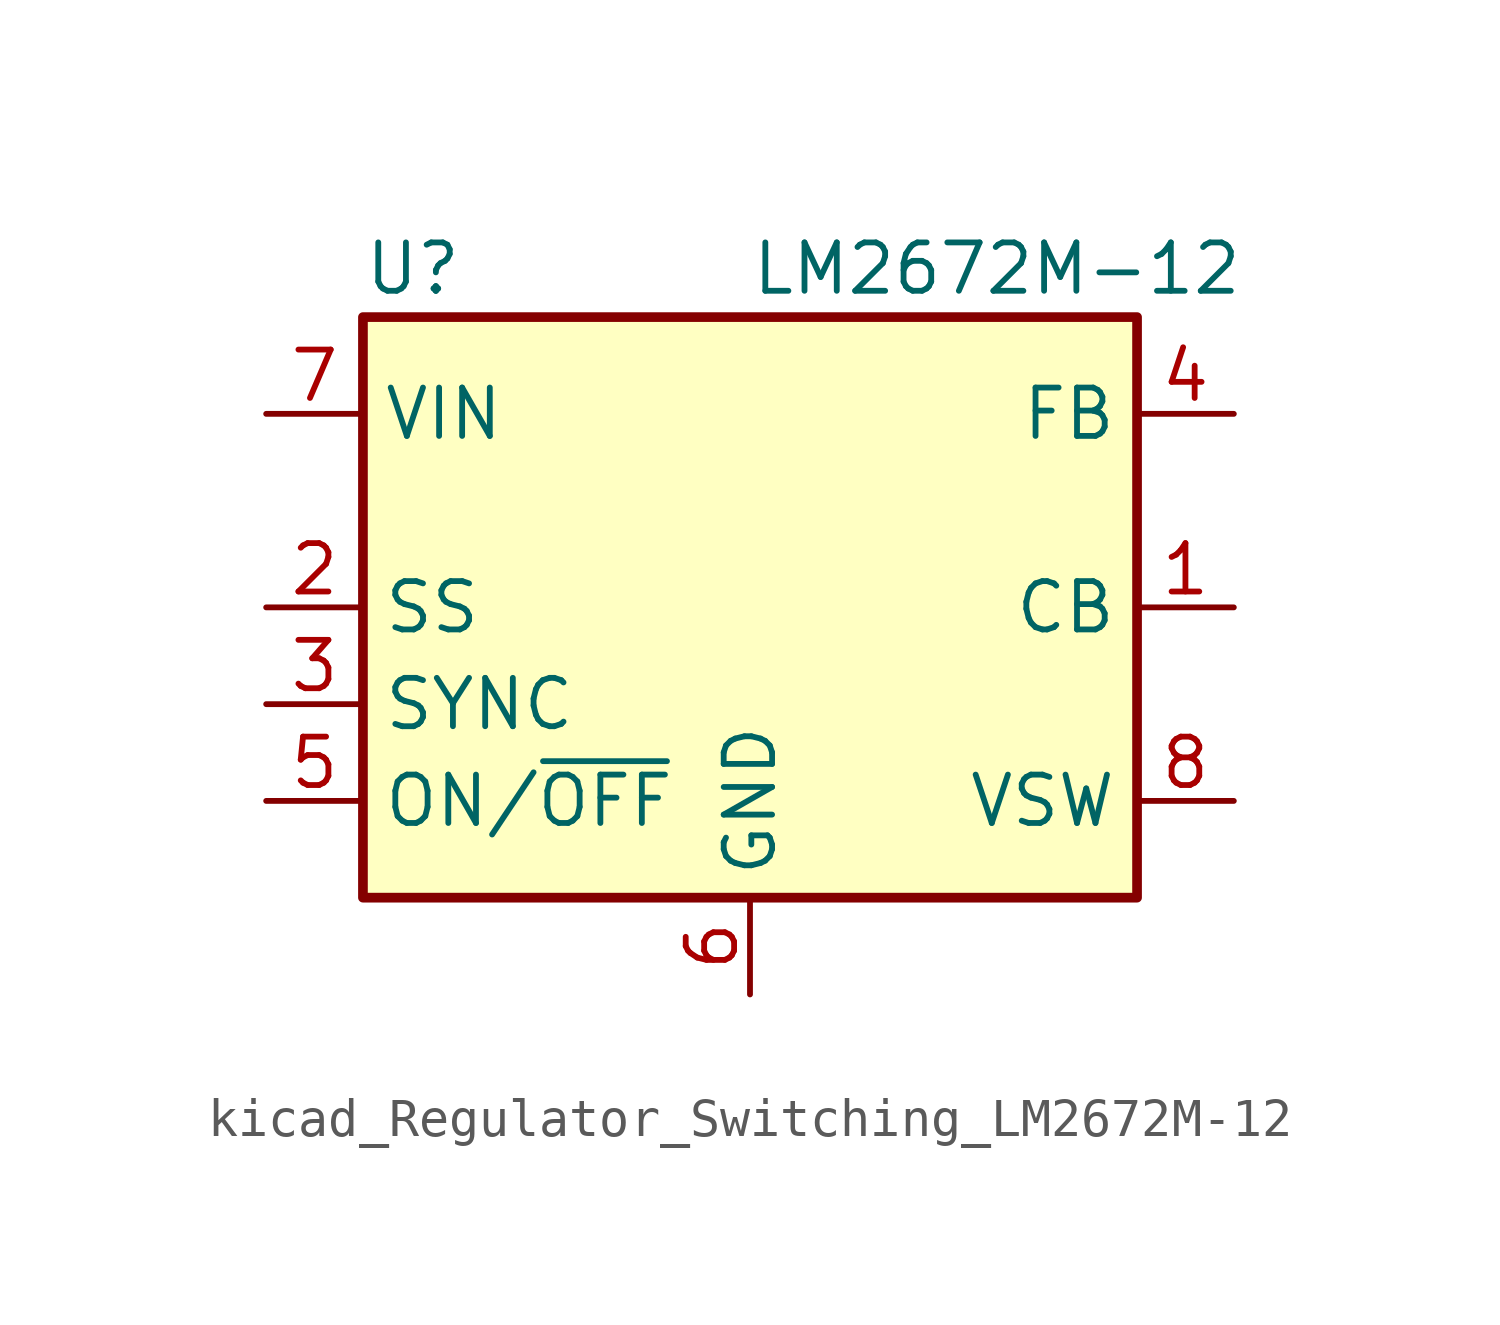
<source format=kicad_sym>
(kicad_symbol_lib
  (version 20220914)
  (generator kicad_symbol_editor)
  (symbol "kicad_Regulator_Switching_LM2672M-12"
    (property "Reference" "U"
      (at -10.16 8.89 0)
      (effects (font (size 1.27 1.27)) (justify left)))
    (property "Value" "LM2672M-12"
      (at 0 8.89 0)
      (effects (font (size 1.27 1.27)) (justify left)))
    (symbol "kicad_Regulator_Switching_LM2672M-12_0_1"
      (rectangle (start -10.16 7.62) (end 10.16 -7.62) (stroke (width 0.254) (type default)) (fill (type background))))
    (symbol "kicad_Regulator_Switching_LM2672M-12_1_1"
      (pin input line (at 12.7 0 180) (length 2.54) (name "CB" (effects (font (size 1.27 1.27)))) (number "1" (effects (font (size 1.27 1.27)))))
      (pin input line (at -12.7 0 0) (length 2.54) (name "SS" (effects (font (size 1.27 1.27)))) (number "2" (effects (font (size 1.27 1.27)))))
      (pin input line (at -12.7 -2.54 0) (length 2.54) (name "SYNC" (effects (font (size 1.27 1.27)))) (number "3" (effects (font (size 1.27 1.27)))))
      (pin input line (at 12.7 5.08 180) (length 2.54) (name "FB" (effects (font (size 1.27 1.27)))) (number "4" (effects (font (size 1.27 1.27)))))
      (pin input line (at -12.7 -5.08 0) (length 2.54) (name "ON/~{OFF}" (effects (font (size 1.27 1.27)))) (number "5" (effects (font (size 1.27 1.27)))))
      (pin power_in line (at 0 -10.16 90) (length 2.54) (name "GND" (effects (font (size 1.27 1.27)))) (number "6" (effects (font (size 1.27 1.27)))))
      (pin power_in line (at -12.7 5.08 0) (length 2.54) (name "VIN" (effects (font (size 1.27 1.27)))) (number "7" (effects (font (size 1.27 1.27)))))
      (pin output line (at 12.7 -5.08 180) (length 2.54) (name "VSW" (effects (font (size 1.27 1.27)))) (number "8" (effects (font (size 1.27 1.27))))))))
</source>
